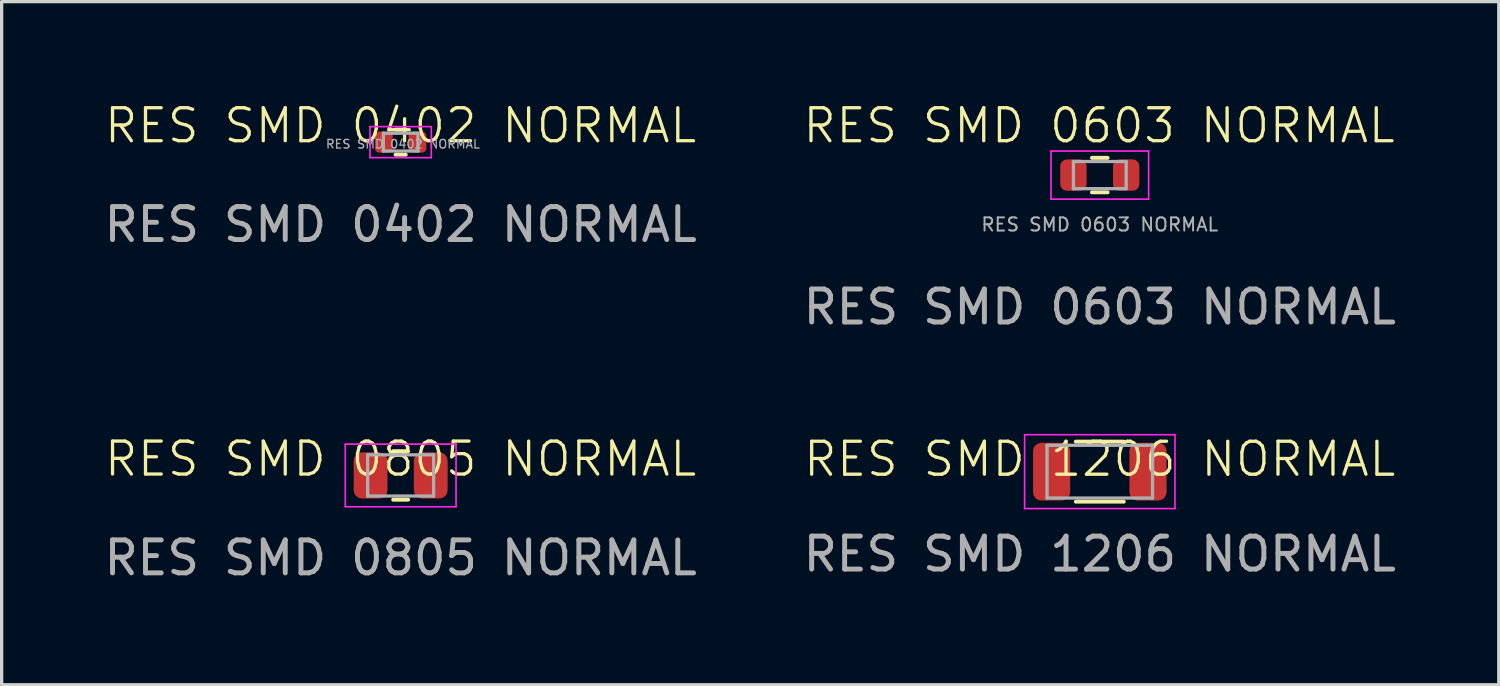
<source format=kicad_pcb>
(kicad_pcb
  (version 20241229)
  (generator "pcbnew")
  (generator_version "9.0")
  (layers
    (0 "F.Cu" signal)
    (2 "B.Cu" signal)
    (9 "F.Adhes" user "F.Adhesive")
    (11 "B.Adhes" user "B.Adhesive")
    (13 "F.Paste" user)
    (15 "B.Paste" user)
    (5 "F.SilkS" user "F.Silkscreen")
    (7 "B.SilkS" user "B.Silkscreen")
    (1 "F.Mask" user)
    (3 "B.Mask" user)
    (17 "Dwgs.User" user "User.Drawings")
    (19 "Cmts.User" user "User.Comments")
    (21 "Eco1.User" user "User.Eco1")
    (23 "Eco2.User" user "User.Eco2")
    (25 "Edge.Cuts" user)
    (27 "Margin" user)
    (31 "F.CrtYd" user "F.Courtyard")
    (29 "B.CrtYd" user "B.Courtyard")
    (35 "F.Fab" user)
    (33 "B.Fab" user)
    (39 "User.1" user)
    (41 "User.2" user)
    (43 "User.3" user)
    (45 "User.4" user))
  (footprint "RES SMD 0402 NORMAL"
    (layer "F.Cu")
    (at 9.101 1.26)
    (property "Reference" "RES SMD 0402 NORMAL" (at 0 -0.5 0) (unlocked yes) (layer "F.SilkS") (effects (font (size 1 1) (thickness 0.1))))
    (attr smd)
    (fp_line (start -0.154 -0.38) (end 0.154 -0.38) (stroke (width 0.12) (type solid)) (layer "F.SilkS"))
    (fp_line (start -0.154 0.38) (end 0.154 0.38) (stroke (width 0.12) (type solid)) (layer "F.SilkS"))
    (fp_line (start -0.93 -0.47) (end 0.93 -0.47) (stroke (width 0.05) (type solid)) (layer "F.CrtYd"))
    (fp_line (start -0.93 0.47) (end -0.93 -0.47) (stroke (width 0.05) (type solid)) (layer "F.CrtYd"))
    (fp_line (start 0.93 -0.47) (end 0.93 0.47) (stroke (width 0.05) (type solid)) (layer "F.CrtYd"))
    (fp_line (start 0.93 0.47) (end -0.93 0.47) (stroke (width 0.05) (type solid)) (layer "F.CrtYd"))
    (fp_line (start -0.525 -0.27) (end 0.525 -0.27) (stroke (width 0.1) (type solid)) (layer "F.Fab"))
    (fp_line (start -0.525 0.27) (end -0.525 -0.27) (stroke (width 0.1) (type solid)) (layer "F.Fab"))
    (fp_line (start 0.525 -0.27) (end 0.525 0.27) (stroke (width 0.1) (type solid)) (layer "F.Fab"))
    (fp_line (start 0.525 0.27) (end -0.525 0.27) (stroke (width 0.1) (type solid)) (layer "F.Fab"))
    (fp_text user "${REFERENCE}" (at 0 2.5 0) (unlocked yes) (layer "F.Fab") (effects (font (size 1 1) (thickness 0.15))))
    (fp_text user "${REFERENCE}" (at 0.07 0.06 0) (layer "F.Fab") (effects (font (size 0.26 0.26) (thickness 0.04))))
    (pad "1" smd roundrect (at -0.51 0) (size 0.54 0.64) (layers "F.Cu" "F.Mask" "F.Paste") (roundrect_rratio 0.25))
    (pad "2" smd roundrect (at 0.51 0) (size 0.54 0.64) (layers "F.Cu" "F.Mask" "F.Paste") (roundrect_rratio 0.25)))
  (footprint "RES SMD 0805 NORMAL"
    (layer "F.Cu")
    (at 9.101 11.369)
    (property "Reference" "RES SMD 0805 NORMAL" (at 0 -0.5 0) (unlocked yes) (layer "F.SilkS") (effects (font (size 1 1) (thickness 0.1))))
    (attr smd)
    (fp_line (start -0.227 -0.735) (end 0.227 -0.735) (stroke (width 0.12) (type solid)) (layer "F.SilkS"))
    (fp_line (start -0.227 0.735) (end 0.227 0.735) (stroke (width 0.12) (type solid)) (layer "F.SilkS"))
    (fp_line (start -1.68 -0.95) (end 1.68 -0.95) (stroke (width 0.05) (type solid)) (layer "F.CrtYd"))
    (fp_line (start -1.68 0.95) (end -1.68 -0.95) (stroke (width 0.05) (type solid)) (layer "F.CrtYd"))
    (fp_line (start 1.68 -0.95) (end 1.68 0.95) (stroke (width 0.05) (type solid)) (layer "F.CrtYd"))
    (fp_line (start 1.68 0.95) (end -1.68 0.95) (stroke (width 0.05) (type solid)) (layer "F.CrtYd"))
    (fp_line (start -1 -0.625) (end 1 -0.625) (stroke (width 0.1) (type solid)) (layer "F.Fab"))
    (fp_line (start -1 0.625) (end -1 -0.625) (stroke (width 0.1) (type solid)) (layer "F.Fab"))
    (fp_line (start 1 -0.625) (end 1 0.625) (stroke (width 0.1) (type solid)) (layer "F.Fab"))
    (fp_line (start 1 0.625) (end -1 0.625) (stroke (width 0.1) (type solid)) (layer "F.Fab"))
    (fp_text user "${REFERENCE}" (at 0 2.5 0) (unlocked yes) (layer "F.Fab") (effects (font (size 1 1) (thickness 0.15))))
    (pad "1" smd roundrect (at -0.912 0) (size 1.025 1.4) (layers "F.Cu" "F.Mask" "F.Paste") (roundrect_rratio 0.244))
    (pad "2" smd roundrect (at 0.912 0) (size 1.025 1.4) (layers "F.Cu" "F.Mask" "F.Paste") (roundrect_rratio 0.244)))
  (footprint "RES SMD 1206 NORMAL"
    (layer "F.Cu")
    (at 30.304 11.254)
    (property "Reference" "RES SMD 1206 NORMAL" (at 0 -0.38 0) (unlocked yes) (layer "F.SilkS") (effects (font (size 1 1) (thickness 0.1))))
    (attr smd)
    (fp_line (start -0.727 -0.91) (end 0.727 -0.91) (stroke (width 0.12) (type solid)) (layer "F.SilkS"))
    (fp_line (start -0.727 0.91) (end 0.727 0.91) (stroke (width 0.12) (type solid)) (layer "F.SilkS"))
    (fp_line (start -2.28 -1.12) (end 2.28 -1.12) (stroke (width 0.05) (type solid)) (layer "F.CrtYd"))
    (fp_line (start -2.28 1.12) (end -2.28 -1.12) (stroke (width 0.05) (type solid)) (layer "F.CrtYd"))
    (fp_line (start 2.28 -1.12) (end 2.28 1.12) (stroke (width 0.05) (type solid)) (layer "F.CrtYd"))
    (fp_line (start 2.28 1.12) (end -2.28 1.12) (stroke (width 0.05) (type solid)) (layer "F.CrtYd"))
    (fp_line (start -1.6 -0.8) (end 1.6 -0.8) (stroke (width 0.1) (type solid)) (layer "F.Fab"))
    (fp_line (start -1.6 0.8) (end -1.6 -0.8) (stroke (width 0.1) (type solid)) (layer "F.Fab"))
    (fp_line (start 1.6 -0.8) (end 1.6 0.8) (stroke (width 0.1) (type solid)) (layer "F.Fab"))
    (fp_line (start 1.6 0.8) (end -1.6 0.8) (stroke (width 0.1) (type solid)) (layer "F.Fab"))
    (fp_text user "${REFERENCE}" (at 0 2.5 0) (unlocked yes) (layer "F.Fab") (effects (font (size 1 1) (thickness 0.15))))
    (pad "1" smd roundrect (at -1.462 0) (size 1.125 1.75) (layers "F.Cu" "F.Mask" "F.Paste") (roundrect_rratio 0.222))
    (pad "2" smd roundrect (at 1.462 0) (size 1.125 1.75) (layers "F.Cu" "F.Mask" "F.Paste") (roundrect_rratio 0.222)))
  (footprint "RES SMD 0603 NORMAL"
    (layer "F.Cu")
    (at 30.304 2.26)
    (property "Reference" "RES SMD 0603 NORMAL" (at -0.02 -1.5 0) (unlocked yes) (layer "F.SilkS") (effects (font (size 1 1) (thickness 0.1))))
    (attr smd)
    (fp_line (start -0.237 -0.522) (end 0.237 -0.522) (stroke (width 0.12) (type solid)) (layer "F.SilkS"))
    (fp_line (start -0.237 0.522) (end 0.237 0.522) (stroke (width 0.12) (type solid)) (layer "F.SilkS"))
    (fp_line (start -1.48 -0.73) (end 1.48 -0.73) (stroke (width 0.05) (type solid)) (layer "F.CrtYd"))
    (fp_line (start -1.48 0.73) (end -1.48 -0.73) (stroke (width 0.05) (type solid)) (layer "F.CrtYd"))
    (fp_line (start 1.48 -0.73) (end 1.48 0.73) (stroke (width 0.05) (type solid)) (layer "F.CrtYd"))
    (fp_line (start 1.48 0.73) (end -1.48 0.73) (stroke (width 0.05) (type solid)) (layer "F.CrtYd"))
    (fp_line (start -0.8 -0.412) (end 0.8 -0.412) (stroke (width 0.1) (type solid)) (layer "F.Fab"))
    (fp_line (start -0.8 0.412) (end -0.8 -0.412) (stroke (width 0.1) (type solid)) (layer "F.Fab"))
    (fp_line (start 0.8 -0.412) (end 0.8 0.412) (stroke (width 0.1) (type solid)) (layer "F.Fab"))
    (fp_line (start 0.8 0.412) (end -0.8 0.412) (stroke (width 0.1) (type solid)) (layer "F.Fab"))
    (fp_text user "${REFERENCE}" (at 0 1.5 0) (layer "F.Fab") (effects (font (size 0.4 0.4) (thickness 0.06))))
    (fp_text user "${REFERENCE}" (at 0 4 0) (unlocked yes) (layer "F.Fab") (effects (font (size 1 1) (thickness 0.15))))
    (pad "1" smd roundrect (at -0.8 0) (size 0.8 0.95) (layers "F.Cu" "F.Mask" "F.Paste") (roundrect_rratio 0.25))
    (pad "2" smd roundrect (at 0.8 0) (size 0.8 0.95) (layers "F.Cu" "F.Mask" "F.Paste") (roundrect_rratio 0.25)))
  (gr_rect
    (start -3 -3)
    (end 42.405 17.718)
    (stroke (width 0.1) (type default))
    (fill no)
    (layer "Edge.Cuts")))
</source>
